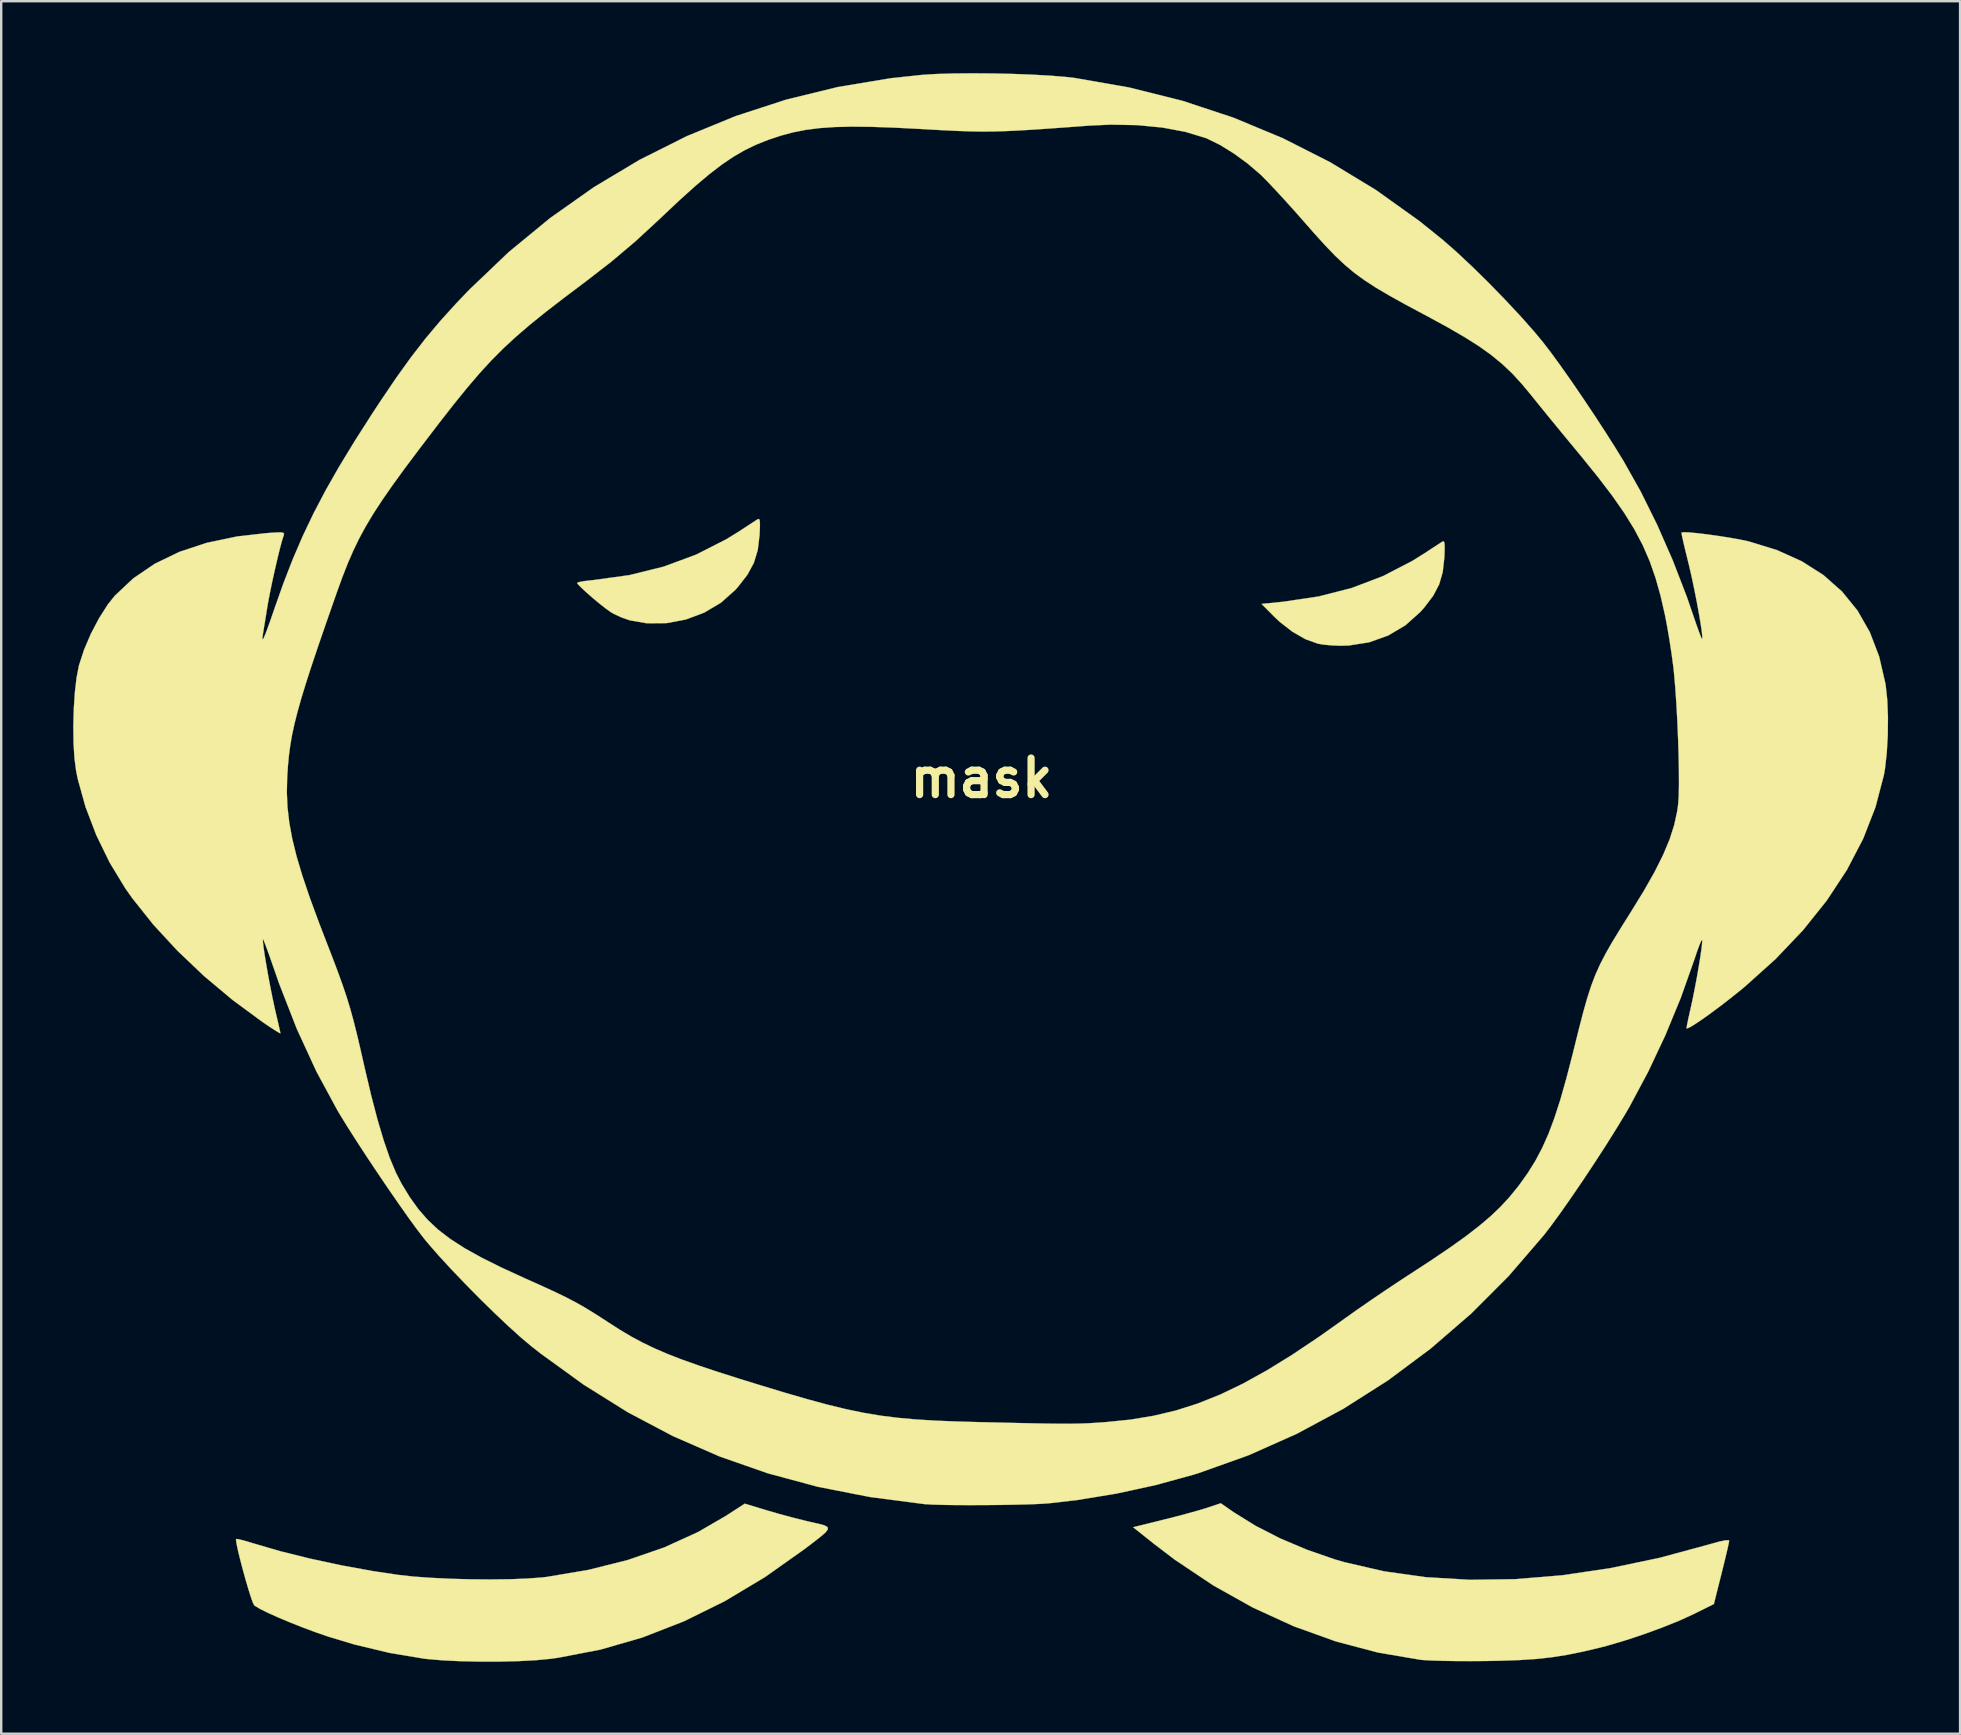
<source format=kicad_pcb>
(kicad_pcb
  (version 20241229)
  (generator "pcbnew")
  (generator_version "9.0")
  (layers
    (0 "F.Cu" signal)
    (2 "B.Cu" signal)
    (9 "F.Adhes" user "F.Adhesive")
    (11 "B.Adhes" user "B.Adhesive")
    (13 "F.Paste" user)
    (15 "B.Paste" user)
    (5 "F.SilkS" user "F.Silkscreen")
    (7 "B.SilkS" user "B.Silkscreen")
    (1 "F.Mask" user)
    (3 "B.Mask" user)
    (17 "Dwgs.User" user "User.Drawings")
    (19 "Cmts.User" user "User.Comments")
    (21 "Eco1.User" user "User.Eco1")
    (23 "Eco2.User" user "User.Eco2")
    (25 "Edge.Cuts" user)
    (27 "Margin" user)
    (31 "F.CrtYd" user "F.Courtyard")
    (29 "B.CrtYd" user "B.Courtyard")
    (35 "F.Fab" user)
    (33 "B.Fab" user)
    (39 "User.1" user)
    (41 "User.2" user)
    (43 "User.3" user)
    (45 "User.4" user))
  (footprint "mask"
    (layer "F.Cu")
    (at 37.845 29.37)
    (property "Reference" "mask" (at 0 0 0) (layer "F.SilkS") (effects (font (size 1.524 1.524) (thickness 0.3))))
    (attr through_hole)
    (fp_poly (pts (xy 19.294 -9.788) (xy 19.303 -9.603) (xy 19.293 -9.282) (xy 19.288 -9.175) (xy 19.221 -8.583) (xy 19.074 -8.072) (xy 18.824 -7.595) (xy 18.451 -7.105) (xy 18.291 -6.924) (xy 17.667 -6.366) (xy 16.948 -5.94) (xy 16.155 -5.656) (xy 15.308 -5.523) (xy 14.944 -5.513) (xy 14.585 -5.528) (xy 14.244 -5.561) (xy 14.022 -5.598) (xy 13.504 -5.784) (xy 12.958 -6.097) (xy 12.427 -6.509) (xy 12.201 -6.722) (xy 11.673 -7.255) (xy 12.594 -7.349) (xy 14.062 -7.569) (xy 15.434 -7.921) (xy 16.725 -8.412) (xy 17.95 -9.046) (xy 18.457 -9.363) (xy 18.755 -9.558) (xy 19.008 -9.722) (xy 19.175 -9.831) (xy 19.209 -9.853) (xy 19.264 -9.862) (xy 19.294 -9.788)) (stroke (width 0.01) (type solid)) (fill yes) (layer "F.SilkS"))
    (fp_poly (pts (xy -9.236 -10.725) (xy -9.229 -10.546) (xy -9.24 -10.233) (xy -9.247 -10.105) (xy -9.321 -9.496) (xy -9.483 -8.966) (xy -9.753 -8.468) (xy -10.151 -7.957) (xy -10.257 -7.838) (xy -10.856 -7.306) (xy -11.554 -6.892) (xy -12.321 -6.605) (xy -13.126 -6.454) (xy -13.94 -6.448) (xy -14.647 -6.571) (xy -14.985 -6.686) (xy -15.317 -6.839) (xy -15.452 -6.918) (xy -15.664 -7.071) (xy -15.925 -7.277) (xy -16.203 -7.508) (xy -16.465 -7.738) (xy -16.681 -7.938) (xy -16.817 -8.08) (xy -16.849 -8.131) (xy -16.771 -8.165) (xy -16.565 -8.204) (xy -16.271 -8.239) (xy -16.192 -8.247) (xy -14.675 -8.455) (xy -13.243 -8.809) (xy -11.892 -9.309) (xy -10.619 -9.957) (xy -10.075 -10.294) (xy -9.777 -10.489) (xy -9.524 -10.654) (xy -9.357 -10.763) (xy -9.322 -10.785) (xy -9.267 -10.796) (xy -9.236 -10.725)) (stroke (width 0.01) (type solid)) (fill yes) (layer "F.SilkS"))
    (fp_poly (pts (xy 10.51 30.592) (xy 11.415 31.154) (xy 12.446 31.682) (xy 13.563 32.155) (xy 14.724 32.557) (xy 15.113 32.671) (xy 16.77 33.053) (xy 18.517 33.299) (xy 20.344 33.408) (xy 22.242 33.381) (xy 24.201 33.219) (xy 26.213 32.921) (xy 28.269 32.489) (xy 30.332 31.93) (xy 30.746 31.815) (xy 31.021 31.759) (xy 31.148 31.764) (xy 31.157 31.78) (xy 31.137 31.892) (xy 31.083 32.138) (xy 31.001 32.486) (xy 30.898 32.905) (xy 30.838 33.147) (xy 30.52 34.417) (xy 29.632 34.857) (xy 29.05 35.122) (xy 28.352 35.402) (xy 27.591 35.679) (xy 26.816 35.936) (xy 26.079 36.153) (xy 25.764 36.235) (xy 25.044 36.405) (xy 24.39 36.537) (xy 23.761 36.636) (xy 23.114 36.707) (xy 22.409 36.753) (xy 21.604 36.781) (xy 20.997 36.792) (xy 20.379 36.796) (xy 19.778 36.794) (xy 19.229 36.785) (xy 18.764 36.771) (xy 18.417 36.752) (xy 18.288 36.74) (xy 16.518 36.438) (xy 14.758 35.972) (xy 13.02 35.347) (xy 11.315 34.568) (xy 9.655 33.639) (xy 8.052 32.567) (xy 7.188 31.908) (xy 6.32 31.217) (xy 7.588 30.903) (xy 8.083 30.778) (xy 8.571 30.648) (xy 9.004 30.528) (xy 9.335 30.43) (xy 9.414 30.404) (xy 9.972 30.218) (xy 10.51 30.592)) (stroke (width 0.01) (type solid)) (fill yes) (layer "F.SilkS"))
    (fp_poly (pts (xy -8.929 30.518) (xy -8.435 30.661) (xy -7.885 30.81) (xy -7.364 30.941) (xy -7.133 30.996) (xy -6.784 31.074) (xy -6.543 31.139) (xy -6.413 31.21) (xy -6.398 31.304) (xy -6.502 31.439) (xy -6.728 31.634) (xy -7.079 31.906) (xy -7.361 32.12) (xy -9.019 33.294) (xy -10.698 34.299) (xy -12.4 35.138) (xy -14.127 35.811) (xy -15.879 36.317) (xy -17.659 36.659) (xy -17.975 36.702) (xy -18.563 36.758) (xy -19.275 36.796) (xy -20.063 36.816) (xy -20.883 36.817) (xy -21.689 36.8) (xy -22.435 36.765) (xy -23.075 36.711) (xy -23.236 36.692) (xy -24.663 36.454) (xy -26.133 36.102) (xy -27.22 35.774) (xy -27.739 35.595) (xy -28.276 35.395) (xy -28.804 35.186) (xy -29.295 34.98) (xy -29.72 34.789) (xy -30.053 34.625) (xy -30.263 34.499) (xy -30.306 34.464) (xy -30.362 34.352) (xy -30.446 34.114) (xy -30.549 33.785) (xy -30.663 33.397) (xy -30.777 32.984) (xy -30.883 32.58) (xy -30.972 32.217) (xy -31.034 31.928) (xy -31.061 31.748) (xy -31.057 31.706) (xy -30.966 31.714) (xy -30.755 31.766) (xy -30.462 31.851) (xy -30.349 31.886) (xy -29.23 32.213) (xy -27.992 32.521) (xy -26.687 32.802) (xy -25.365 33.043) (xy -24.299 33.203) (xy -23.676 33.272) (xy -22.942 33.325) (xy -22.135 33.364) (xy -21.293 33.387) (xy -20.454 33.393) (xy -19.655 33.384) (xy -18.933 33.356) (xy -18.327 33.312) (xy -18.119 33.288) (xy -16.375 32.994) (xy -14.74 32.584) (xy -13.218 32.059) (xy -11.816 31.421) (xy -10.651 30.746) (xy -9.862 30.235) (xy -8.929 30.518)) (stroke (width 0.01) (type solid)) (fill yes) (layer "F.SilkS"))
    (fp_poly (pts (xy 0.464 -29.359) (xy 1.308 -29.34) (xy 2.122 -29.309) (xy 2.869 -29.267) (xy 3.511 -29.215) (xy 3.895 -29.17) (xy 6.161 -28.774) (xy 8.361 -28.224) (xy 10.491 -27.521) (xy 12.549 -26.665) (xy 14.532 -25.66) (xy 16.436 -24.505) (xy 18.258 -23.202) (xy 19.219 -22.428) (xy 19.807 -21.912) (xy 20.46 -21.3) (xy 21.145 -20.626) (xy 21.825 -19.928) (xy 22.469 -19.238) (xy 23.04 -18.593) (xy 23.398 -18.161) (xy 23.734 -17.724) (xy 24.136 -17.172) (xy 24.586 -16.534) (xy 25.061 -15.838) (xy 25.544 -15.116) (xy 26.013 -14.396) (xy 26.449 -13.708) (xy 26.753 -13.212) (xy 27.469 -11.94) (xy 28.16 -10.544) (xy 28.807 -9.069) (xy 29.389 -7.561) (xy 29.65 -6.805) (xy 29.782 -6.418) (xy 29.896 -6.101) (xy 29.981 -5.882) (xy 30.028 -5.79) (xy 30.032 -5.789) (xy 30.038 -5.89) (xy 30.013 -6.129) (xy 29.961 -6.475) (xy 29.888 -6.901) (xy 29.8 -7.378) (xy 29.701 -7.877) (xy 29.597 -8.37) (xy 29.492 -8.829) (xy 29.436 -9.059) (xy 29.333 -9.474) (xy 29.25 -9.825) (xy 29.193 -10.084) (xy 29.17 -10.218) (xy 29.171 -10.23) (xy 29.273 -10.244) (xy 29.51 -10.233) (xy 29.847 -10.201) (xy 30.252 -10.152) (xy 30.693 -10.091) (xy 31.135 -10.022) (xy 31.548 -9.949) (xy 31.897 -9.878) (xy 31.987 -9.856) (xy 33.149 -9.499) (xy 34.181 -9.033) (xy 35.084 -8.459) (xy 35.857 -7.775) (xy 36.502 -6.982) (xy 37.018 -6.079) (xy 37.406 -5.065) (xy 37.666 -3.94) (xy 37.68 -3.852) (xy 37.745 -3.249) (xy 37.773 -2.541) (xy 37.766 -1.788) (xy 37.724 -1.052) (xy 37.65 -0.392) (xy 37.604 -0.127) (xy 37.254 1.211) (xy 36.739 2.531) (xy 36.061 3.83) (xy 35.225 5.101) (xy 34.233 6.341) (xy 33.089 7.543) (xy 31.797 8.703) (xy 31.64 8.832) (xy 31.209 9.178) (xy 30.781 9.508) (xy 30.377 9.809) (xy 30.015 10.067) (xy 29.717 10.266) (xy 29.502 10.394) (xy 29.39 10.436) (xy 29.379 10.424) (xy 29.398 10.306) (xy 29.446 10.067) (xy 29.516 9.752) (xy 29.543 9.633) (xy 29.63 9.237) (xy 29.72 8.787) (xy 29.809 8.315) (xy 29.89 7.852) (xy 29.958 7.431) (xy 30.007 7.083) (xy 30.033 6.842) (xy 30.032 6.743) (xy 29.996 6.779) (xy 29.921 6.95) (xy 29.818 7.228) (xy 29.699 7.582) (xy 29.147 9.143) (xy 28.496 10.721) (xy 27.772 12.258) (xy 27.002 13.698) (xy 26.831 13.991) (xy 26.443 14.631) (xy 26.003 15.332) (xy 25.529 16.062) (xy 25.044 16.793) (xy 24.566 17.493) (xy 24.117 18.133) (xy 23.716 18.682) (xy 23.432 19.05) (xy 21.973 20.745) (xy 20.398 22.322) (xy 18.718 23.774) (xy 16.942 25.097) (xy 15.077 26.283) (xy 13.134 27.327) (xy 11.121 28.222) (xy 9.048 28.962) (xy 8.848 29.024) (xy 7.273 29.457) (xy 5.629 29.815) (xy 3.987 30.085) (xy 2.794 30.222) (xy 2.455 30.244) (xy 1.991 30.263) (xy 1.433 30.277) (xy 0.813 30.288) (xy 0.166 30.294) (xy -0.477 30.296) (xy -1.083 30.294) (xy -1.62 30.286) (xy -2.055 30.273) (xy -2.356 30.255) (xy -2.371 30.254) (xy -4.648 29.958) (xy -6.823 29.531) (xy -8.907 28.969) (xy -10.913 28.268) (xy -12.851 27.422) (xy -14.733 26.428) (xy -16.57 25.28) (xy -18.374 23.974) (xy -18.754 23.676) (xy -19.194 23.306) (xy -19.717 22.834) (xy -20.295 22.287) (xy -20.9 21.694) (xy -21.505 21.081) (xy -22.083 20.477) (xy -22.607 19.908) (xy -23.048 19.403) (xy -23.234 19.177) (xy -23.521 18.802) (xy -23.879 18.312) (xy -24.287 17.733) (xy -24.728 17.095) (xy -25.182 16.424) (xy -25.631 15.75) (xy -26.054 15.1) (xy -26.435 14.502) (xy -26.753 13.984) (xy -26.83 13.855) (xy -27.712 12.224) (xy -28.526 10.455) (xy -29.263 8.567) (xy -29.469 7.976) (xy -29.619 7.544) (xy -29.75 7.176) (xy -29.854 6.9) (xy -29.92 6.741) (xy -29.939 6.712) (xy -29.942 6.809) (xy -29.915 7.04) (xy -29.866 7.377) (xy -29.798 7.789) (xy -29.718 8.244) (xy -29.629 8.714) (xy -29.539 9.166) (xy -29.452 9.572) (xy -29.422 9.703) (xy -29.336 10.07) (xy -29.267 10.371) (xy -29.222 10.573) (xy -29.21 10.638) (xy -29.275 10.61) (xy -29.45 10.502) (xy -29.707 10.334) (xy -29.951 10.169) (xy -31.198 9.251) (xy -32.39 8.253) (xy -33.5 7.197) (xy -34.504 6.11) (xy -35.376 5.016) (xy -35.68 4.585) (xy -36.324 3.524) (xy -36.881 2.382) (xy -37.331 1.205) (xy -37.503 0.587) (xy -28.943 0.587) (xy -28.916 1.212) (xy -28.842 1.852) (xy -28.718 2.529) (xy -28.537 3.263) (xy -28.295 4.074) (xy -27.988 4.983) (xy -27.61 6.01) (xy -27.357 6.667) (xy -27.063 7.426) (xy -26.822 8.062) (xy -26.623 8.613) (xy -26.454 9.113) (xy -26.306 9.597) (xy -26.167 10.101) (xy -26.026 10.661) (xy -25.873 11.311) (xy -25.705 12.053) (xy -25.43 13.22) (xy -25.166 14.23) (xy -24.909 15.095) (xy -24.656 15.827) (xy -24.401 16.437) (xy -24.166 16.897) (xy -23.825 17.458) (xy -23.469 17.955) (xy -23.08 18.403) (xy -22.641 18.816) (xy -22.131 19.207) (xy -21.534 19.591) (xy -20.831 19.982) (xy -20.004 20.394) (xy -19.034 20.84) (xy -18.965 20.871) (xy -18.304 21.167) (xy -17.767 21.415) (xy -17.319 21.631) (xy -16.93 21.834) (xy -16.565 22.039) (xy -16.192 22.266) (xy -15.778 22.53) (xy -15.536 22.688) (xy -15.058 22.994) (xy -14.595 23.269) (xy -14.126 23.521) (xy -13.633 23.759) (xy -13.093 23.992) (xy -12.486 24.228) (xy -11.792 24.475) (xy -10.989 24.743) (xy -10.059 25.039) (xy -9.313 25.27) (xy -8.226 25.6) (xy -7.269 25.878) (xy -6.417 26.109) (xy -5.64 26.298) (xy -4.911 26.449) (xy -4.201 26.568) (xy -3.484 26.658) (xy -2.73 26.726) (xy -1.912 26.776) (xy -1.002 26.812) (xy -0.212 26.834) (xy 0.736 26.856) (xy 1.533 26.875) (xy 2.198 26.889) (xy 2.751 26.899) (xy 3.21 26.904) (xy 3.594 26.905) (xy 3.922 26.902) (xy 4.212 26.895) (xy 4.484 26.883) (xy 4.756 26.867) (xy 5.048 26.847) (xy 5.207 26.835) (xy 6.209 26.733) (xy 7.166 26.575) (xy 8.095 26.355) (xy 9.013 26.063) (xy 9.94 25.693) (xy 10.894 25.235) (xy 11.891 24.683) (xy 12.952 24.029) (xy 14.093 23.264) (xy 15.155 22.51) (xy 15.643 22.163) (xy 16.222 21.762) (xy 16.84 21.342) (xy 17.444 20.94) (xy 17.865 20.666) (xy 18.764 20.079) (xy 19.531 19.559) (xy 20.185 19.092) (xy 20.741 18.662) (xy 21.217 18.258) (xy 21.631 17.863) (xy 21.999 17.464) (xy 22.339 17.048) (xy 22.415 16.949) (xy 22.768 16.454) (xy 23.081 15.95) (xy 23.364 15.416) (xy 23.626 14.829) (xy 23.874 14.168) (xy 24.119 13.411) (xy 24.368 12.534) (xy 24.631 11.518) (xy 24.693 11.27) (xy 24.899 10.441) (xy 25.078 9.748) (xy 25.244 9.163) (xy 25.408 8.655) (xy 25.582 8.198) (xy 25.779 7.76) (xy 26.009 7.314) (xy 26.286 6.831) (xy 26.621 6.281) (xy 27.026 5.636) (xy 27.056 5.589) (xy 27.607 4.692) (xy 28.055 3.901) (xy 28.408 3.194) (xy 28.676 2.553) (xy 28.867 1.955) (xy 28.992 1.38) (xy 29.033 1.077) (xy 29.056 0.739) (xy 29.065 0.264) (xy 29.062 -0.319) (xy 29.049 -0.978) (xy 29.026 -1.683) (xy 28.995 -2.402) (xy 28.956 -3.106) (xy 28.911 -3.762) (xy 28.861 -4.341) (xy 28.826 -4.666) (xy 28.753 -5.21) (xy 28.66 -5.811) (xy 28.56 -6.388) (xy 28.482 -6.791) (xy 28.295 -7.608) (xy 28.086 -8.349) (xy 27.844 -9.04) (xy 27.556 -9.703) (xy 27.209 -10.361) (xy 26.791 -11.038) (xy 26.289 -11.758) (xy 25.69 -12.543) (xy 24.983 -13.418) (xy 24.865 -13.56) (xy 24.455 -14.056) (xy 24.037 -14.563) (xy 23.64 -15.048) (xy 23.288 -15.48) (xy 23.01 -15.825) (xy 22.936 -15.917) (xy 22.526 -16.412) (xy 22.125 -16.85) (xy 21.707 -17.247) (xy 21.252 -17.622) (xy 20.736 -17.991) (xy 20.136 -18.371) (xy 19.429 -18.781) (xy 18.593 -19.237) (xy 18.457 -19.309) (xy 17.667 -19.732) (xy 17.004 -20.1) (xy 16.444 -20.43) (xy 15.962 -20.743) (xy 15.534 -21.056) (xy 15.136 -21.389) (xy 14.742 -21.76) (xy 14.328 -22.189) (xy 13.87 -22.695) (xy 13.451 -23.172) (xy 13.047 -23.63) (xy 12.641 -24.08) (xy 12.261 -24.493) (xy 11.931 -24.842) (xy 11.678 -25.099) (xy 11.621 -25.153) (xy 11.092 -25.606) (xy 10.517 -26.025) (xy 9.944 -26.38) (xy 9.419 -26.639) (xy 9.331 -26.674) (xy 8.499 -26.926) (xy 7.544 -27.105) (xy 6.495 -27.206) (xy 5.383 -27.227) (xy 4.487 -27.186) (xy 3.536 -27.115) (xy 2.729 -27.057) (xy 2.042 -27.011) (xy 1.45 -26.977) (xy 0.928 -26.954) (xy 0.451 -26.941) (xy -0.004 -26.939) (xy -0.463 -26.946) (xy -0.951 -26.963) (xy -1.491 -26.988) (xy -2.109 -27.021) (xy -2.541 -27.046) (xy -3.636 -27.102) (xy -4.586 -27.135) (xy -5.409 -27.144) (xy -6.127 -27.126) (xy -6.762 -27.081) (xy -7.334 -27.006) (xy -7.865 -26.901) (xy -8.375 -26.763) (xy -8.886 -26.592) (xy -8.894 -26.589) (xy -9.385 -26.393) (xy -9.855 -26.167) (xy -10.323 -25.897) (xy -10.808 -25.57) (xy -11.327 -25.172) (xy -11.9 -24.69) (xy -12.545 -24.111) (xy -13.28 -23.42) (xy -13.42 -23.286) (xy -14.413 -22.369) (xy -15.419 -21.519) (xy -16.51 -20.674) (xy -17.385 -20.016) (xy -18.142 -19.432) (xy -18.802 -18.9) (xy -19.387 -18.398) (xy -19.92 -17.906) (xy -20.423 -17.401) (xy -20.916 -16.863) (xy -21.423 -16.27) (xy -21.966 -15.601) (xy -22.565 -14.835) (xy -22.746 -14.599) (xy -23.434 -13.697) (xy -24.026 -12.908) (xy -24.532 -12.212) (xy -24.964 -11.59) (xy -25.334 -11.024) (xy -25.652 -10.494) (xy -25.929 -9.983) (xy -26.177 -9.47) (xy -26.408 -8.938) (xy -26.631 -8.367) (xy -26.859 -7.74) (xy -26.886 -7.662) (xy -27.277 -6.544) (xy -27.614 -5.567) (xy -27.9 -4.717) (xy -28.14 -3.977) (xy -28.338 -3.33) (xy -28.499 -2.76) (xy -28.627 -2.251) (xy -28.727 -1.787) (xy -28.802 -1.351) (xy -28.858 -0.927) (xy -28.898 -0.499) (xy -28.927 -0.051) (xy -28.928 -0.042) (xy -28.943 0.587) (xy -37.503 0.587) (xy -37.655 0.04) (xy -37.723 -0.296) (xy -37.792 -0.822) (xy -37.831 -1.457) (xy -37.84 -2.156) (xy -37.821 -2.873) (xy -37.776 -3.563) (xy -37.705 -4.179) (xy -37.609 -4.675) (xy -37.603 -4.699) (xy -37.393 -5.344) (xy -37.106 -6.016) (xy -36.766 -6.662) (xy -36.402 -7.233) (xy -36.108 -7.601) (xy -35.341 -8.321) (xy -34.448 -8.928) (xy -33.431 -9.421) (xy -32.287 -9.8) (xy -31.018 -10.066) (xy -29.811 -10.204) (xy -29.442 -10.23) (xy -29.213 -10.238) (xy -29.094 -10.223) (xy -29.058 -10.182) (xy -29.074 -10.111) (xy -29.076 -10.107) (xy -29.144 -9.891) (xy -29.236 -9.548) (xy -29.341 -9.116) (xy -29.453 -8.632) (xy -29.562 -8.135) (xy -29.658 -7.664) (xy -29.735 -7.256) (xy -29.752 -7.153) (xy -29.816 -6.757) (xy -29.876 -6.392) (xy -29.922 -6.11) (xy -29.938 -6.011) (xy -29.962 -5.823) (xy -29.948 -5.771) (xy -29.894 -5.861) (xy -29.798 -6.098) (xy -29.657 -6.486) (xy -29.468 -7.032) (xy -29.458 -7.063) (xy -29.083 -8.123) (xy -28.696 -9.118) (xy -28.285 -10.074) (xy -27.836 -11.017) (xy -27.335 -11.973) (xy -26.769 -12.967) (xy -26.125 -14.026) (xy -25.39 -15.177) (xy -25.042 -15.706) (xy -24.387 -16.674) (xy -23.774 -17.527) (xy -23.171 -18.306) (xy -22.547 -19.048) (xy -21.872 -19.793) (xy -21.337 -20.352) (xy -19.7 -21.914) (xy -17.969 -23.337) (xy -16.151 -24.619) (xy -14.253 -25.756) (xy -12.28 -26.745) (xy -10.241 -27.583) (xy -8.14 -28.267) (xy -5.985 -28.794) (xy -3.781 -29.161) (xy -2.472 -29.3) (xy -1.878 -29.337) (xy -1.167 -29.358) (xy -0.374 -29.365) (xy 0.464 -29.359)) (stroke (width 0.01) (type solid)) (fill yes) (layer "F.SilkS")))
  (gr_rect
    (start -3 -3)
    (end 78.623 69.192)
    (stroke (width 0.1) (type default))
    (fill no)
    (layer "Edge.Cuts")))
</source>
